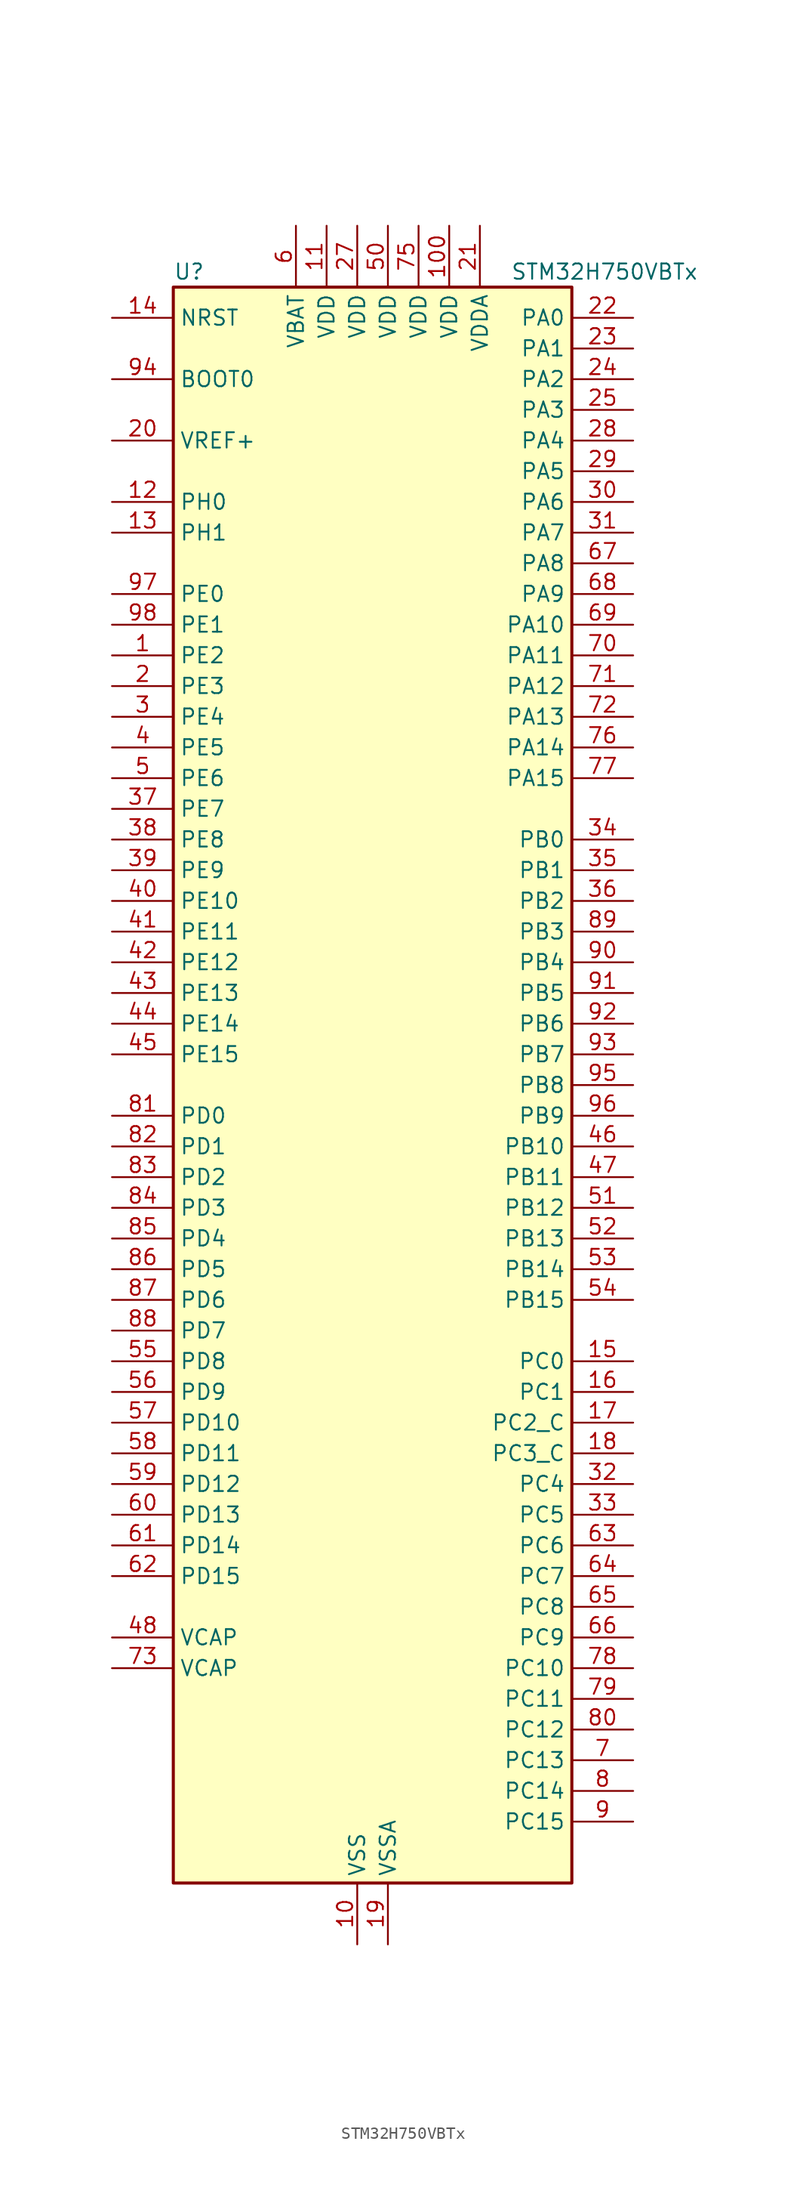
<source format=kicad_sym>
(kicad_symbol_lib
  (version 20231120)
  (generator "kicad_symbol_editor")
  (generator_version "8.0")
  (symbol "STM32H750VBTx"
    (property "Reference" "U"
      (at -15.24 67.31 0)
      (effects (font (size 1.27 1.27)) (justify left)))
    (property "Value" "STM32H750VBTx"
      (at 12.7 67.31 0)
      (effects (font (size 1.27 1.27)) (justify left)))
    (property "ki_locked" ""
      (at 0 0 0)
      (effects (font (size 1.27 1.27))))
    (symbol "STM32H750VBTx_0_1"
      (rectangle (start -15.24 -66.04) (end 17.78 66.04) (stroke (width 0.254) (type default)) (fill (type background))))
    (symbol "STM32H750VBTx_1_1"
      (pin bidirectional line (at -20.32 35.56 0) (length 5.08) (name "PE2" (effects (font (size 1.27 1.27)))) (number "1" (effects (font (size 1.27 1.27)))) (alternate "DEBUG_TRACECLK" bidirectional line) (alternate "ETH_TXD3" bidirectional line) (alternate "FMC_A23" bidirectional line) (alternate "QUADSPI_BK1_IO2" bidirectional line) (alternate "SAI1_CK1" bidirectional line) (alternate "SAI1_MCLK_A" bidirectional line) (alternate "SAI4_CK1" bidirectional line) (alternate "SAI4_MCLK_A" bidirectional line) (alternate "SPI4_SCK" bidirectional line))
      (pin power_in line (at 0 -71.12 90) (length 5.08) (name "VSS" (effects (font (size 1.27 1.27)))) (number "10" (effects (font (size 1.27 1.27)))))
      (pin power_in line (at 7.62 71.12 270) (length 5.08) (name "VDD" (effects (font (size 1.27 1.27)))) (number "100" (effects (font (size 1.27 1.27)))))
      (pin power_in line (at -2.54 71.12 270) (length 5.08) (name "VDD" (effects (font (size 1.27 1.27)))) (number "11" (effects (font (size 1.27 1.27)))))
      (pin bidirectional line (at -20.32 48.26 0) (length 5.08) (name "PH0" (effects (font (size 1.27 1.27)))) (number "12" (effects (font (size 1.27 1.27)))) (alternate "RCC_OSC_IN" bidirectional line))
      (pin bidirectional line (at -20.32 45.72 0) (length 5.08) (name "PH1" (effects (font (size 1.27 1.27)))) (number "13" (effects (font (size 1.27 1.27)))) (alternate "RCC_OSC_OUT" bidirectional line))
      (pin input line (at -20.32 63.5 0) (length 5.08) (name "NRST" (effects (font (size 1.27 1.27)))) (number "14" (effects (font (size 1.27 1.27)))))
      (pin bidirectional line (at 22.86 -22.86 180) (length 5.08) (name "PC0" (effects (font (size 1.27 1.27)))) (number "15" (effects (font (size 1.27 1.27)))) (alternate "ADC1_INP10" bidirectional line) (alternate "ADC2_INP10" bidirectional line) (alternate "ADC3_INP10" bidirectional line) (alternate "DFSDM1_CKIN0" bidirectional line) (alternate "DFSDM1_DATIN4" bidirectional line) (alternate "FMC_SDNWE" bidirectional line) (alternate "LTDC_R5" bidirectional line) (alternate "SAI2_FS_B" bidirectional line) (alternate "USB_OTG_HS_ULPI_STP" bidirectional line))
      (pin bidirectional line (at 22.86 -25.4 180) (length 5.08) (name "PC1" (effects (font (size 1.27 1.27)))) (number "16" (effects (font (size 1.27 1.27)))) (alternate "ADC1_INN10" bidirectional line) (alternate "ADC1_INP11" bidirectional line) (alternate "ADC2_INN10" bidirectional line) (alternate "ADC2_INP11" bidirectional line) (alternate "ADC3_INN10" bidirectional line) (alternate "ADC3_INP11" bidirectional line) (alternate "DEBUG_TRACED0" bidirectional line) (alternate "DFSDM1_CKIN4" bidirectional line) (alternate "DFSDM1_DATIN0" bidirectional line) (alternate "ETH_MDC" bidirectional line) (alternate "I2S2_SDO" bidirectional line) (alternate "MDIOS_MDC" bidirectional line) (alternate "PWR_WKUP6" bidirectional line) (alternate "RTC_TAMP3" bidirectional line) (alternate "SAI1_D1" bidirectional line) (alternate "SAI1_SD_A" bidirectional line) (alternate "SAI4_D1" bidirectional line) (alternate "SAI4_SD_A" bidirectional line) (alternate "SDMMC2_CK" bidirectional line) (alternate "SPI2_MOSI" bidirectional line))
      (pin bidirectional line (at 22.86 -27.94 180) (length 5.08) (name "PC2_C" (effects (font (size 1.27 1.27)))) (number "17" (effects (font (size 1.27 1.27)))) (alternate "ADC3_INN1" bidirectional line) (alternate "ADC3_INP0" bidirectional line) (alternate "DFSDM1_CKIN1" bidirectional line) (alternate "DFSDM1_CKOUT" bidirectional line) (alternate "ETH_TXD2" bidirectional line) (alternate "FMC_SDNE0" bidirectional line) (alternate "I2S2_SDI" bidirectional line) (alternate "PWR_CSTOP" bidirectional line) (alternate "SPI2_MISO" bidirectional line) (alternate "USB_OTG_HS_ULPI_DIR" bidirectional line))
      (pin bidirectional line (at 22.86 -30.48 180) (length 5.08) (name "PC3_C" (effects (font (size 1.27 1.27)))) (number "18" (effects (font (size 1.27 1.27)))) (alternate "ADC3_INP1" bidirectional line) (alternate "DFSDM1_DATIN1" bidirectional line) (alternate "ETH_TX_CLK" bidirectional line) (alternate "FMC_SDCKE0" bidirectional line) (alternate "I2S2_SDO" bidirectional line) (alternate "PWR_CSLEEP" bidirectional line) (alternate "SPI2_MOSI" bidirectional line) (alternate "USB_OTG_HS_ULPI_NXT" bidirectional line))
      (pin power_in line (at 2.54 -71.12 90) (length 5.08) (name "VSSA" (effects (font (size 1.27 1.27)))) (number "19" (effects (font (size 1.27 1.27)))))
      (pin bidirectional line (at -20.32 33.02 0) (length 5.08) (name "PE3" (effects (font (size 1.27 1.27)))) (number "2" (effects (font (size 1.27 1.27)))) (alternate "DEBUG_TRACED0" bidirectional line) (alternate "FMC_A19" bidirectional line) (alternate "SAI1_SD_B" bidirectional line) (alternate "SAI4_SD_B" bidirectional line) (alternate "TIM15_BKIN" bidirectional line))
      (pin input line (at -20.32 53.34 0) (length 5.08) (name "VREF+" (effects (font (size 1.27 1.27)))) (number "20" (effects (font (size 1.27 1.27)))) (alternate "VREFBUF_OUT" bidirectional line))
      (pin power_in line (at 10.16 71.12 270) (length 5.08) (name "VDDA" (effects (font (size 1.27 1.27)))) (number "21" (effects (font (size 1.27 1.27)))))
      (pin bidirectional line (at 22.86 63.5 180) (length 5.08) (name "PA0" (effects (font (size 1.27 1.27)))) (number "22" (effects (font (size 1.27 1.27)))) (alternate "ADC1_INP16" bidirectional line) (alternate "ETH_CRS" bidirectional line) (alternate "PWR_WKUP1" bidirectional line) (alternate "SAI2_SD_B" bidirectional line) (alternate "SDMMC2_CMD" bidirectional line) (alternate "TIM15_BKIN" bidirectional line) (alternate "TIM2_CH1" bidirectional line) (alternate "TIM2_ETR" bidirectional line) (alternate "TIM5_CH1" bidirectional line) (alternate "TIM8_ETR" bidirectional line) (alternate "UART4_TX" bidirectional line) (alternate "USART2_CTS" bidirectional line) (alternate "USART2_NSS" bidirectional line))
      (pin bidirectional line (at 22.86 60.96 180) (length 5.08) (name "PA1" (effects (font (size 1.27 1.27)))) (number "23" (effects (font (size 1.27 1.27)))) (alternate "ADC1_INN16" bidirectional line) (alternate "ADC1_INP17" bidirectional line) (alternate "ETH_REF_CLK" bidirectional line) (alternate "ETH_RX_CLK" bidirectional line) (alternate "LPTIM3_OUT" bidirectional line) (alternate "LTDC_R2" bidirectional line) (alternate "QUADSPI_BK1_IO3" bidirectional line) (alternate "SAI2_MCLK_B" bidirectional line) (alternate "TIM15_CH1N" bidirectional line) (alternate "TIM2_CH2" bidirectional line) (alternate "TIM5_CH2" bidirectional line) (alternate "UART4_RX" bidirectional line) (alternate "USART2_DE" bidirectional line) (alternate "USART2_RTS" bidirectional line))
      (pin bidirectional line (at 22.86 58.42 180) (length 5.08) (name "PA2" (effects (font (size 1.27 1.27)))) (number "24" (effects (font (size 1.27 1.27)))) (alternate "ADC1_INP14" bidirectional line) (alternate "ADC2_INP14" bidirectional line) (alternate "ETH_MDIO" bidirectional line) (alternate "LPTIM4_OUT" bidirectional line) (alternate "LTDC_R1" bidirectional line) (alternate "MDIOS_MDIO" bidirectional line) (alternate "PWR_WKUP2" bidirectional line) (alternate "SAI2_SCK_B" bidirectional line) (alternate "TIM15_CH1" bidirectional line) (alternate "TIM2_CH3" bidirectional line) (alternate "TIM5_CH3" bidirectional line) (alternate "USART2_TX" bidirectional line))
      (pin bidirectional line (at 22.86 55.88 180) (length 5.08) (name "PA3" (effects (font (size 1.27 1.27)))) (number "25" (effects (font (size 1.27 1.27)))) (alternate "ADC1_INP15" bidirectional line) (alternate "ADC2_INP15" bidirectional line) (alternate "ETH_COL" bidirectional line) (alternate "LPTIM5_OUT" bidirectional line) (alternate "LTDC_B2" bidirectional line) (alternate "LTDC_B5" bidirectional line) (alternate "TIM15_CH2" bidirectional line) (alternate "TIM2_CH4" bidirectional line) (alternate "TIM5_CH4" bidirectional line) (alternate "USART2_RX" bidirectional line) (alternate "USB_OTG_HS_ULPI_D0" bidirectional line))
      (pin passive line (at 0 -71.12 90) (length 5.08) hide (name "VSS" (effects (font (size 1.27 1.27)))) (number "26" (effects (font (size 1.27 1.27)))))
      (pin power_in line (at 0 71.12 270) (length 5.08) (name "VDD" (effects (font (size 1.27 1.27)))) (number "27" (effects (font (size 1.27 1.27)))))
      (pin bidirectional line (at 22.86 53.34 180) (length 5.08) (name "PA4" (effects (font (size 1.27 1.27)))) (number "28" (effects (font (size 1.27 1.27)))) (alternate "ADC1_INP18" bidirectional line) (alternate "ADC2_INP18" bidirectional line) (alternate "DAC1_OUT1" bidirectional line) (alternate "DCMI_HSYNC" bidirectional line) (alternate "I2S1_WS" bidirectional line) (alternate "I2S3_WS" bidirectional line) (alternate "LTDC_VSYNC" bidirectional line) (alternate "SPI1_NSS" bidirectional line) (alternate "SPI3_NSS" bidirectional line) (alternate "SPI6_NSS" bidirectional line) (alternate "TIM5_ETR" bidirectional line) (alternate "USART2_CK" bidirectional line) (alternate "USB_OTG_HS_SOF" bidirectional line))
      (pin bidirectional line (at 22.86 50.8 180) (length 5.08) (name "PA5" (effects (font (size 1.27 1.27)))) (number "29" (effects (font (size 1.27 1.27)))) (alternate "ADC1_INN18" bidirectional line) (alternate "ADC1_INP19" bidirectional line) (alternate "ADC2_INN18" bidirectional line) (alternate "ADC2_INP19" bidirectional line) (alternate "DAC1_OUT2" bidirectional line) (alternate "I2S1_CK" bidirectional line) (alternate "LTDC_R4" bidirectional line) (alternate "PWR_NDSTOP2" bidirectional line) (alternate "SPI1_SCK" bidirectional line) (alternate "SPI6_SCK" bidirectional line) (alternate "TIM2_CH1" bidirectional line) (alternate "TIM2_ETR" bidirectional line) (alternate "TIM8_CH1N" bidirectional line) (alternate "USB_OTG_HS_ULPI_CK" bidirectional line))
      (pin bidirectional line (at -20.32 30.48 0) (length 5.08) (name "PE4" (effects (font (size 1.27 1.27)))) (number "3" (effects (font (size 1.27 1.27)))) (alternate "DCMI_D4" bidirectional line) (alternate "DEBUG_TRACED1" bidirectional line) (alternate "DFSDM1_DATIN3" bidirectional line) (alternate "FMC_A20" bidirectional line) (alternate "LTDC_B0" bidirectional line) (alternate "SAI1_D2" bidirectional line) (alternate "SAI1_FS_A" bidirectional line) (alternate "SAI4_D2" bidirectional line) (alternate "SAI4_FS_A" bidirectional line) (alternate "SPI4_NSS" bidirectional line) (alternate "TIM15_CH1N" bidirectional line))
      (pin bidirectional line (at 22.86 48.26 180) (length 5.08) (name "PA6" (effects (font (size 1.27 1.27)))) (number "30" (effects (font (size 1.27 1.27)))) (alternate "ADC1_INP3" bidirectional line) (alternate "ADC2_INP3" bidirectional line) (alternate "DCMI_PIXCLK" bidirectional line) (alternate "I2S1_SDI" bidirectional line) (alternate "LTDC_G2" bidirectional line) (alternate "MDIOS_MDC" bidirectional line) (alternate "SPI1_MISO" bidirectional line) (alternate "SPI6_MISO" bidirectional line) (alternate "TIM13_CH1" bidirectional line) (alternate "TIM1_BKIN" bidirectional line) (alternate "TIM1_BKIN_COMP1" bidirectional line) (alternate "TIM1_BKIN_COMP2" bidirectional line) (alternate "TIM3_CH1" bidirectional line) (alternate "TIM8_BKIN" bidirectional line) (alternate "TIM8_BKIN_COMP1" bidirectional line) (alternate "TIM8_BKIN_COMP2" bidirectional line))
      (pin bidirectional line (at 22.86 45.72 180) (length 5.08) (name "PA7" (effects (font (size 1.27 1.27)))) (number "31" (effects (font (size 1.27 1.27)))) (alternate "ADC1_INN3" bidirectional line) (alternate "ADC1_INP7" bidirectional line) (alternate "ADC2_INN3" bidirectional line) (alternate "ADC2_INP7" bidirectional line) (alternate "ETH_CRS_DV" bidirectional line) (alternate "ETH_RX_DV" bidirectional line) (alternate "FMC_SDNWE" bidirectional line) (alternate "I2S1_SDO" bidirectional line) (alternate "OPAMP1_VINM" bidirectional line) (alternate "OPAMP1_VINM1" bidirectional line) (alternate "SPI1_MOSI" bidirectional line) (alternate "SPI6_MOSI" bidirectional line) (alternate "TIM14_CH1" bidirectional line) (alternate "TIM1_CH1N" bidirectional line) (alternate "TIM3_CH2" bidirectional line) (alternate "TIM8_CH1N" bidirectional line))
      (pin bidirectional line (at 22.86 -33.02 180) (length 5.08) (name "PC4" (effects (font (size 1.27 1.27)))) (number "32" (effects (font (size 1.27 1.27)))) (alternate "ADC1_INP4" bidirectional line) (alternate "ADC2_INP4" bidirectional line) (alternate "COMP1_INM" bidirectional line) (alternate "DFSDM1_CKIN2" bidirectional line) (alternate "ETH_RXD0" bidirectional line) (alternate "FMC_SDNE0" bidirectional line) (alternate "I2S1_MCK" bidirectional line) (alternate "OPAMP1_VOUT" bidirectional line) (alternate "SPDIFRX1_IN2" bidirectional line))
      (pin bidirectional line (at 22.86 -35.56 180) (length 5.08) (name "PC5" (effects (font (size 1.27 1.27)))) (number "33" (effects (font (size 1.27 1.27)))) (alternate "ADC1_INN4" bidirectional line) (alternate "ADC1_INP8" bidirectional line) (alternate "ADC2_INN4" bidirectional line) (alternate "ADC2_INP8" bidirectional line) (alternate "COMP1_OUT" bidirectional line) (alternate "DFSDM1_DATIN2" bidirectional line) (alternate "ETH_RXD1" bidirectional line) (alternate "FMC_SDCKE0" bidirectional line) (alternate "OPAMP1_VINM" bidirectional line) (alternate "OPAMP1_VINM0" bidirectional line) (alternate "SAI1_D3" bidirectional line) (alternate "SAI4_D3" bidirectional line) (alternate "SPDIFRX1_IN3" bidirectional line))
      (pin bidirectional line (at 22.86 20.32 180) (length 5.08) (name "PB0" (effects (font (size 1.27 1.27)))) (number "34" (effects (font (size 1.27 1.27)))) (alternate "ADC1_INN5" bidirectional line) (alternate "ADC1_INP9" bidirectional line) (alternate "ADC2_INN5" bidirectional line) (alternate "ADC2_INP9" bidirectional line) (alternate "COMP1_INP" bidirectional line) (alternate "DFSDM1_CKOUT" bidirectional line) (alternate "ETH_RXD2" bidirectional line) (alternate "LTDC_G1" bidirectional line) (alternate "LTDC_R3" bidirectional line) (alternate "OPAMP1_VINP" bidirectional line) (alternate "TIM1_CH2N" bidirectional line) (alternate "TIM3_CH3" bidirectional line) (alternate "TIM8_CH2N" bidirectional line) (alternate "UART4_CTS" bidirectional line) (alternate "USB_OTG_HS_ULPI_D1" bidirectional line))
      (pin bidirectional line (at 22.86 17.78 180) (length 5.08) (name "PB1" (effects (font (size 1.27 1.27)))) (number "35" (effects (font (size 1.27 1.27)))) (alternate "ADC1_INP5" bidirectional line) (alternate "ADC2_INP5" bidirectional line) (alternate "COMP1_INM" bidirectional line) (alternate "DFSDM1_DATIN1" bidirectional line) (alternate "ETH_RXD3" bidirectional line) (alternate "LTDC_G0" bidirectional line) (alternate "LTDC_R6" bidirectional line) (alternate "TIM1_CH3N" bidirectional line) (alternate "TIM3_CH4" bidirectional line) (alternate "TIM8_CH3N" bidirectional line) (alternate "USB_OTG_HS_ULPI_D2" bidirectional line))
      (pin bidirectional line (at 22.86 15.24 180) (length 5.08) (name "PB2" (effects (font (size 1.27 1.27)))) (number "36" (effects (font (size 1.27 1.27)))) (alternate "COMP1_INP" bidirectional line) (alternate "DFSDM1_CKIN1" bidirectional line) (alternate "I2S3_SDO" bidirectional line) (alternate "QUADSPI_CLK" bidirectional line) (alternate "RTC_OUT_ALARM" bidirectional line) (alternate "RTC_OUT_CALIB" bidirectional line) (alternate "SAI1_D1" bidirectional line) (alternate "SAI1_SD_A" bidirectional line) (alternate "SAI4_D1" bidirectional line) (alternate "SAI4_SD_A" bidirectional line) (alternate "SPI3_MOSI" bidirectional line))
      (pin bidirectional line (at -20.32 22.86 0) (length 5.08) (name "PE7" (effects (font (size 1.27 1.27)))) (number "37" (effects (font (size 1.27 1.27)))) (alternate "COMP2_INM" bidirectional line) (alternate "DFSDM1_DATIN2" bidirectional line) (alternate "FMC_D4" bidirectional line) (alternate "FMC_DA4" bidirectional line) (alternate "OPAMP2_VOUT" bidirectional line) (alternate "QUADSPI_BK2_IO0" bidirectional line) (alternate "TIM1_ETR" bidirectional line) (alternate "UART7_RX" bidirectional line))
      (pin bidirectional line (at -20.32 20.32 0) (length 5.08) (name "PE8" (effects (font (size 1.27 1.27)))) (number "38" (effects (font (size 1.27 1.27)))) (alternate "COMP2_OUT" bidirectional line) (alternate "DFSDM1_CKIN2" bidirectional line) (alternate "FMC_D5" bidirectional line) (alternate "FMC_DA5" bidirectional line) (alternate "OPAMP2_VINM" bidirectional line) (alternate "OPAMP2_VINM0" bidirectional line) (alternate "QUADSPI_BK2_IO1" bidirectional line) (alternate "TIM1_CH1N" bidirectional line) (alternate "UART7_TX" bidirectional line))
      (pin bidirectional line (at -20.32 17.78 0) (length 5.08) (name "PE9" (effects (font (size 1.27 1.27)))) (number "39" (effects (font (size 1.27 1.27)))) (alternate "COMP2_INP" bidirectional line) (alternate "DAC1_EXTI9" bidirectional line) (alternate "DFSDM1_CKOUT" bidirectional line) (alternate "FMC_D6" bidirectional line) (alternate "FMC_DA6" bidirectional line) (alternate "OPAMP2_VINP" bidirectional line) (alternate "QUADSPI_BK2_IO2" bidirectional line) (alternate "TIM1_CH1" bidirectional line) (alternate "UART7_DE" bidirectional line) (alternate "UART7_RTS" bidirectional line))
      (pin bidirectional line (at -20.32 27.94 0) (length 5.08) (name "PE5" (effects (font (size 1.27 1.27)))) (number "4" (effects (font (size 1.27 1.27)))) (alternate "DCMI_D6" bidirectional line) (alternate "DEBUG_TRACED2" bidirectional line) (alternate "DFSDM1_CKIN3" bidirectional line) (alternate "FMC_A21" bidirectional line) (alternate "LTDC_G0" bidirectional line) (alternate "SAI1_CK2" bidirectional line) (alternate "SAI1_SCK_A" bidirectional line) (alternate "SAI4_CK2" bidirectional line) (alternate "SAI4_SCK_A" bidirectional line) (alternate "SPI4_MISO" bidirectional line) (alternate "TIM15_CH1" bidirectional line))
      (pin bidirectional line (at -20.32 15.24 0) (length 5.08) (name "PE10" (effects (font (size 1.27 1.27)))) (number "40" (effects (font (size 1.27 1.27)))) (alternate "COMP2_INM" bidirectional line) (alternate "DFSDM1_DATIN4" bidirectional line) (alternate "FMC_D7" bidirectional line) (alternate "FMC_DA7" bidirectional line) (alternate "QUADSPI_BK2_IO3" bidirectional line) (alternate "TIM1_CH2N" bidirectional line) (alternate "UART7_CTS" bidirectional line))
      (pin bidirectional line (at -20.32 12.7 0) (length 5.08) (name "PE11" (effects (font (size 1.27 1.27)))) (number "41" (effects (font (size 1.27 1.27)))) (alternate "ADC1_EXTI11" bidirectional line) (alternate "ADC2_EXTI11" bidirectional line) (alternate "ADC3_EXTI11" bidirectional line) (alternate "COMP2_INP" bidirectional line) (alternate "DFSDM1_CKIN4" bidirectional line) (alternate "FMC_D8" bidirectional line) (alternate "FMC_DA8" bidirectional line) (alternate "LTDC_G3" bidirectional line) (alternate "SAI2_SD_B" bidirectional line) (alternate "SPI4_NSS" bidirectional line) (alternate "TIM1_CH2" bidirectional line))
      (pin bidirectional line (at -20.32 10.16 0) (length 5.08) (name "PE12" (effects (font (size 1.27 1.27)))) (number "42" (effects (font (size 1.27 1.27)))) (alternate "COMP1_OUT" bidirectional line) (alternate "DFSDM1_DATIN5" bidirectional line) (alternate "FMC_D9" bidirectional line) (alternate "FMC_DA9" bidirectional line) (alternate "LTDC_B4" bidirectional line) (alternate "SAI2_SCK_B" bidirectional line) (alternate "SPI4_SCK" bidirectional line) (alternate "TIM1_CH3N" bidirectional line))
      (pin bidirectional line (at -20.32 7.62 0) (length 5.08) (name "PE13" (effects (font (size 1.27 1.27)))) (number "43" (effects (font (size 1.27 1.27)))) (alternate "COMP2_OUT" bidirectional line) (alternate "DFSDM1_CKIN5" bidirectional line) (alternate "FMC_D10" bidirectional line) (alternate "FMC_DA10" bidirectional line) (alternate "LTDC_DE" bidirectional line) (alternate "SAI2_FS_B" bidirectional line) (alternate "SPI4_MISO" bidirectional line) (alternate "TIM1_CH3" bidirectional line))
      (pin bidirectional line (at -20.32 5.08 0) (length 5.08) (name "PE14" (effects (font (size 1.27 1.27)))) (number "44" (effects (font (size 1.27 1.27)))) (alternate "FMC_D11" bidirectional line) (alternate "FMC_DA11" bidirectional line) (alternate "LTDC_CLK" bidirectional line) (alternate "SAI2_MCLK_B" bidirectional line) (alternate "SPI4_MOSI" bidirectional line) (alternate "TIM1_CH4" bidirectional line))
      (pin bidirectional line (at -20.32 2.54 0) (length 5.08) (name "PE15" (effects (font (size 1.27 1.27)))) (number "45" (effects (font (size 1.27 1.27)))) (alternate "ADC1_EXTI15" bidirectional line) (alternate "ADC2_EXTI15" bidirectional line) (alternate "ADC3_EXTI15" bidirectional line) (alternate "FMC_D12" bidirectional line) (alternate "FMC_DA12" bidirectional line) (alternate "LTDC_R7" bidirectional line) (alternate "TIM1_BKIN" bidirectional line) (alternate "TIM1_BKIN_COMP1" bidirectional line) (alternate "TIM1_BKIN_COMP2" bidirectional line))
      (pin bidirectional line (at 22.86 -5.08 180) (length 5.08) (name "PB10" (effects (font (size 1.27 1.27)))) (number "46" (effects (font (size 1.27 1.27)))) (alternate "DFSDM1_DATIN7" bidirectional line) (alternate "ETH_RX_ER" bidirectional line) (alternate "HRTIM_SCOUT" bidirectional line) (alternate "I2C2_SCL" bidirectional line) (alternate "I2S2_CK" bidirectional line) (alternate "LPTIM2_IN1" bidirectional line) (alternate "LTDC_G4" bidirectional line) (alternate "QUADSPI_BK1_NCS" bidirectional line) (alternate "SPI2_SCK" bidirectional line) (alternate "TIM2_CH3" bidirectional line) (alternate "USART3_TX" bidirectional line) (alternate "USB_OTG_HS_ULPI_D3" bidirectional line))
      (pin bidirectional line (at 22.86 -7.62 180) (length 5.08) (name "PB11" (effects (font (size 1.27 1.27)))) (number "47" (effects (font (size 1.27 1.27)))) (alternate "ADC1_EXTI11" bidirectional line) (alternate "ADC2_EXTI11" bidirectional line) (alternate "ADC3_EXTI11" bidirectional line) (alternate "DFSDM1_CKIN7" bidirectional line) (alternate "ETH_TX_EN" bidirectional line) (alternate "HRTIM_SCIN" bidirectional line) (alternate "I2C2_SDA" bidirectional line) (alternate "LPTIM2_ETR" bidirectional line) (alternate "LTDC_G5" bidirectional line) (alternate "TIM2_CH4" bidirectional line) (alternate "USART3_RX" bidirectional line) (alternate "USB_OTG_HS_ULPI_D4" bidirectional line))
      (pin power_out line (at -20.32 -45.72 0) (length 5.08) (name "VCAP" (effects (font (size 1.27 1.27)))) (number "48" (effects (font (size 1.27 1.27)))))
      (pin passive line (at 0 -71.12 90) (length 5.08) hide (name "VSS" (effects (font (size 1.27 1.27)))) (number "49" (effects (font (size 1.27 1.27)))))
      (pin bidirectional line (at -20.32 25.4 0) (length 5.08) (name "PE6" (effects (font (size 1.27 1.27)))) (number "5" (effects (font (size 1.27 1.27)))) (alternate "DCMI_D7" bidirectional line) (alternate "DEBUG_TRACED3" bidirectional line) (alternate "FMC_A22" bidirectional line) (alternate "LTDC_G1" bidirectional line) (alternate "SAI1_D1" bidirectional line) (alternate "SAI1_SD_A" bidirectional line) (alternate "SAI2_MCLK_B" bidirectional line) (alternate "SAI4_D1" bidirectional line) (alternate "SAI4_SD_A" bidirectional line) (alternate "SPI4_MOSI" bidirectional line) (alternate "TIM15_CH2" bidirectional line) (alternate "TIM1_BKIN2" bidirectional line) (alternate "TIM1_BKIN2_COMP1" bidirectional line) (alternate "TIM1_BKIN2_COMP2" bidirectional line))
      (pin power_in line (at 2.54 71.12 270) (length 5.08) (name "VDD" (effects (font (size 1.27 1.27)))) (number "50" (effects (font (size 1.27 1.27)))))
      (pin bidirectional line (at 22.86 -10.16 180) (length 5.08) (name "PB12" (effects (font (size 1.27 1.27)))) (number "51" (effects (font (size 1.27 1.27)))) (alternate "DFSDM1_DATIN1" bidirectional line) (alternate "ETH_TXD0" bidirectional line) (alternate "FDCAN2_RX" bidirectional line) (alternate "I2C2_SMBA" bidirectional line) (alternate "I2S2_WS" bidirectional line) (alternate "SPI2_NSS" bidirectional line) (alternate "TIM1_BKIN" bidirectional line) (alternate "TIM1_BKIN_COMP1" bidirectional line) (alternate "TIM1_BKIN_COMP2" bidirectional line) (alternate "UART5_RX" bidirectional line) (alternate "USART3_CK" bidirectional line) (alternate "USB_OTG_HS_ID" bidirectional line) (alternate "USB_OTG_HS_ULPI_D5" bidirectional line))
      (pin bidirectional line (at 22.86 -12.7 180) (length 5.08) (name "PB13" (effects (font (size 1.27 1.27)))) (number "52" (effects (font (size 1.27 1.27)))) (alternate "DFSDM1_CKIN1" bidirectional line) (alternate "ETH_TXD1" bidirectional line) (alternate "FDCAN2_TX" bidirectional line) (alternate "I2S2_CK" bidirectional line) (alternate "LPTIM2_OUT" bidirectional line) (alternate "SPI2_SCK" bidirectional line) (alternate "TIM1_CH1N" bidirectional line) (alternate "UART5_TX" bidirectional line) (alternate "USART3_CTS" bidirectional line) (alternate "USART3_NSS" bidirectional line) (alternate "USB_OTG_HS_ULPI_D6" bidirectional line) (alternate "USB_OTG_HS_VBUS" bidirectional line))
      (pin bidirectional line (at 22.86 -15.24 180) (length 5.08) (name "PB14" (effects (font (size 1.27 1.27)))) (number "53" (effects (font (size 1.27 1.27)))) (alternate "DFSDM1_DATIN2" bidirectional line) (alternate "I2S2_SDI" bidirectional line) (alternate "SDMMC2_D0" bidirectional line) (alternate "SPI2_MISO" bidirectional line) (alternate "TIM12_CH1" bidirectional line) (alternate "TIM1_CH2N" bidirectional line) (alternate "TIM8_CH2N" bidirectional line) (alternate "UART4_DE" bidirectional line) (alternate "UART4_RTS" bidirectional line) (alternate "USART1_TX" bidirectional line) (alternate "USART3_DE" bidirectional line) (alternate "USART3_RTS" bidirectional line) (alternate "USB_OTG_HS_DM" bidirectional line))
      (pin bidirectional line (at 22.86 -17.78 180) (length 5.08) (name "PB15" (effects (font (size 1.27 1.27)))) (number "54" (effects (font (size 1.27 1.27)))) (alternate "ADC1_EXTI15" bidirectional line) (alternate "ADC2_EXTI15" bidirectional line) (alternate "ADC3_EXTI15" bidirectional line) (alternate "DFSDM1_CKIN2" bidirectional line) (alternate "I2S2_SDO" bidirectional line) (alternate "RTC_REFIN" bidirectional line) (alternate "SDMMC2_D1" bidirectional line) (alternate "SPI2_MOSI" bidirectional line) (alternate "TIM12_CH2" bidirectional line) (alternate "TIM1_CH3N" bidirectional line) (alternate "TIM8_CH3N" bidirectional line) (alternate "UART4_CTS" bidirectional line) (alternate "USART1_RX" bidirectional line) (alternate "USB_OTG_HS_DP" bidirectional line))
      (pin bidirectional line (at -20.32 -22.86 0) (length 5.08) (name "PD8" (effects (font (size 1.27 1.27)))) (number "55" (effects (font (size 1.27 1.27)))) (alternate "DFSDM1_CKIN3" bidirectional line) (alternate "FMC_D13" bidirectional line) (alternate "FMC_DA13" bidirectional line) (alternate "SAI3_SCK_B" bidirectional line) (alternate "SPDIFRX1_IN1" bidirectional line) (alternate "USART3_TX" bidirectional line))
      (pin bidirectional line (at -20.32 -25.4 0) (length 5.08) (name "PD9" (effects (font (size 1.27 1.27)))) (number "56" (effects (font (size 1.27 1.27)))) (alternate "DAC1_EXTI9" bidirectional line) (alternate "DFSDM1_DATIN3" bidirectional line) (alternate "FMC_D14" bidirectional line) (alternate "FMC_DA14" bidirectional line) (alternate "SAI3_SD_B" bidirectional line) (alternate "USART3_RX" bidirectional line))
      (pin bidirectional line (at -20.32 -27.94 0) (length 5.08) (name "PD10" (effects (font (size 1.27 1.27)))) (number "57" (effects (font (size 1.27 1.27)))) (alternate "DFSDM1_CKOUT" bidirectional line) (alternate "FMC_D15" bidirectional line) (alternate "FMC_DA15" bidirectional line) (alternate "LTDC_B3" bidirectional line) (alternate "SAI3_FS_B" bidirectional line) (alternate "USART3_CK" bidirectional line))
      (pin bidirectional line (at -20.32 -30.48 0) (length 5.08) (name "PD11" (effects (font (size 1.27 1.27)))) (number "58" (effects (font (size 1.27 1.27)))) (alternate "ADC1_EXTI11" bidirectional line) (alternate "ADC2_EXTI11" bidirectional line) (alternate "ADC3_EXTI11" bidirectional line) (alternate "FMC_A16" bidirectional line) (alternate "FMC_CLE" bidirectional line) (alternate "I2C4_SMBA" bidirectional line) (alternate "LPTIM2_IN2" bidirectional line) (alternate "QUADSPI_BK1_IO0" bidirectional line) (alternate "SAI2_SD_A" bidirectional line) (alternate "USART3_CTS" bidirectional line) (alternate "USART3_NSS" bidirectional line))
      (pin bidirectional line (at -20.32 -33.02 0) (length 5.08) (name "PD12" (effects (font (size 1.27 1.27)))) (number "59" (effects (font (size 1.27 1.27)))) (alternate "FMC_A17" bidirectional line) (alternate "FMC_ALE" bidirectional line) (alternate "I2C4_SCL" bidirectional line) (alternate "LPTIM1_IN1" bidirectional line) (alternate "LPTIM2_IN1" bidirectional line) (alternate "QUADSPI_BK1_IO1" bidirectional line) (alternate "SAI2_FS_A" bidirectional line) (alternate "TIM4_CH1" bidirectional line) (alternate "USART3_DE" bidirectional line) (alternate "USART3_RTS" bidirectional line))
      (pin power_in line (at -5.08 71.12 270) (length 5.08) (name "VBAT" (effects (font (size 1.27 1.27)))) (number "6" (effects (font (size 1.27 1.27)))))
      (pin bidirectional line (at -20.32 -35.56 0) (length 5.08) (name "PD13" (effects (font (size 1.27 1.27)))) (number "60" (effects (font (size 1.27 1.27)))) (alternate "FMC_A18" bidirectional line) (alternate "I2C4_SDA" bidirectional line) (alternate "LPTIM1_OUT" bidirectional line) (alternate "QUADSPI_BK1_IO3" bidirectional line) (alternate "SAI2_SCK_A" bidirectional line) (alternate "TIM4_CH2" bidirectional line))
      (pin bidirectional line (at -20.32 -38.1 0) (length 5.08) (name "PD14" (effects (font (size 1.27 1.27)))) (number "61" (effects (font (size 1.27 1.27)))) (alternate "FMC_D0" bidirectional line) (alternate "FMC_DA0" bidirectional line) (alternate "SAI3_MCLK_B" bidirectional line) (alternate "TIM4_CH3" bidirectional line) (alternate "UART8_CTS" bidirectional line))
      (pin bidirectional line (at -20.32 -40.64 0) (length 5.08) (name "PD15" (effects (font (size 1.27 1.27)))) (number "62" (effects (font (size 1.27 1.27)))) (alternate "ADC1_EXTI15" bidirectional line) (alternate "ADC2_EXTI15" bidirectional line) (alternate "ADC3_EXTI15" bidirectional line) (alternate "FMC_D1" bidirectional line) (alternate "FMC_DA1" bidirectional line) (alternate "SAI3_MCLK_A" bidirectional line) (alternate "TIM4_CH4" bidirectional line) (alternate "UART8_DE" bidirectional line) (alternate "UART8_RTS" bidirectional line))
      (pin bidirectional line (at 22.86 -38.1 180) (length 5.08) (name "PC6" (effects (font (size 1.27 1.27)))) (number "63" (effects (font (size 1.27 1.27)))) (alternate "DCMI_D0" bidirectional line) (alternate "DFSDM1_CKIN3" bidirectional line) (alternate "FMC_NWAIT" bidirectional line) (alternate "HRTIM_CHA1" bidirectional line) (alternate "I2S2_MCK" bidirectional line) (alternate "LTDC_HSYNC" bidirectional line) (alternate "SDMMC1_D0DIR" bidirectional line) (alternate "SDMMC1_D6" bidirectional line) (alternate "SDMMC2_D6" bidirectional line) (alternate "SWPMI1_IO" bidirectional line) (alternate "TIM3_CH1" bidirectional line) (alternate "TIM8_CH1" bidirectional line) (alternate "USART6_TX" bidirectional line))
      (pin bidirectional line (at 22.86 -40.64 180) (length 5.08) (name "PC7" (effects (font (size 1.27 1.27)))) (number "64" (effects (font (size 1.27 1.27)))) (alternate "DCMI_D1" bidirectional line) (alternate "DEBUG_TRGIO" bidirectional line) (alternate "DFSDM1_DATIN3" bidirectional line) (alternate "FMC_NE1" bidirectional line) (alternate "HRTIM_CHA2" bidirectional line) (alternate "I2S3_MCK" bidirectional line) (alternate "LTDC_G6" bidirectional line) (alternate "SDMMC1_D123DIR" bidirectional line) (alternate "SDMMC1_D7" bidirectional line) (alternate "SDMMC2_D7" bidirectional line) (alternate "SWPMI1_TX" bidirectional line) (alternate "TIM3_CH2" bidirectional line) (alternate "TIM8_CH2" bidirectional line) (alternate "USART6_RX" bidirectional line))
      (pin bidirectional line (at 22.86 -43.18 180) (length 5.08) (name "PC8" (effects (font (size 1.27 1.27)))) (number "65" (effects (font (size 1.27 1.27)))) (alternate "DCMI_D2" bidirectional line) (alternate "DEBUG_TRACED1" bidirectional line) (alternate "FMC_NCE" bidirectional line) (alternate "FMC_NE2" bidirectional line) (alternate "HRTIM_CHB1" bidirectional line) (alternate "SDMMC1_D0" bidirectional line) (alternate "SWPMI1_RX" bidirectional line) (alternate "TIM3_CH3" bidirectional line) (alternate "TIM8_CH3" bidirectional line) (alternate "UART5_DE" bidirectional line) (alternate "UART5_RTS" bidirectional line) (alternate "USART6_CK" bidirectional line))
      (pin bidirectional line (at 22.86 -45.72 180) (length 5.08) (name "PC9" (effects (font (size 1.27 1.27)))) (number "66" (effects (font (size 1.27 1.27)))) (alternate "DAC1_EXTI9" bidirectional line) (alternate "DCMI_D3" bidirectional line) (alternate "I2C3_SDA" bidirectional line) (alternate "I2S_CKIN" bidirectional line) (alternate "LTDC_B2" bidirectional line) (alternate "LTDC_G3" bidirectional line) (alternate "QUADSPI_BK1_IO0" bidirectional line) (alternate "RCC_MCO_2" bidirectional line) (alternate "SDMMC1_D1" bidirectional line) (alternate "SWPMI1_SUSPEND" bidirectional line) (alternate "TIM3_CH4" bidirectional line) (alternate "TIM8_CH4" bidirectional line) (alternate "UART5_CTS" bidirectional line))
      (pin bidirectional line (at 22.86 43.18 180) (length 5.08) (name "PA8" (effects (font (size 1.27 1.27)))) (number "67" (effects (font (size 1.27 1.27)))) (alternate "HRTIM_CHB2" bidirectional line) (alternate "I2C3_SCL" bidirectional line) (alternate "LTDC_B3" bidirectional line) (alternate "LTDC_R6" bidirectional line) (alternate "RCC_MCO_1" bidirectional line) (alternate "TIM1_CH1" bidirectional line) (alternate "TIM8_BKIN2" bidirectional line) (alternate "TIM8_BKIN2_COMP1" bidirectional line) (alternate "TIM8_BKIN2_COMP2" bidirectional line) (alternate "UART7_RX" bidirectional line) (alternate "USART1_CK" bidirectional line) (alternate "USB_OTG_FS_SOF" bidirectional line))
      (pin bidirectional line (at 22.86 40.64 180) (length 5.08) (name "PA9" (effects (font (size 1.27 1.27)))) (number "68" (effects (font (size 1.27 1.27)))) (alternate "DAC1_EXTI9" bidirectional line) (alternate "DCMI_D0" bidirectional line) (alternate "HRTIM_CHC1" bidirectional line) (alternate "I2C3_SMBA" bidirectional line) (alternate "I2S2_CK" bidirectional line) (alternate "LPUART1_TX" bidirectional line) (alternate "LTDC_R5" bidirectional line) (alternate "SPI2_SCK" bidirectional line) (alternate "TIM1_CH2" bidirectional line) (alternate "USART1_TX" bidirectional line) (alternate "USB_OTG_FS_VBUS" bidirectional line))
      (pin bidirectional line (at 22.86 38.1 180) (length 5.08) (name "PA10" (effects (font (size 1.27 1.27)))) (number "69" (effects (font (size 1.27 1.27)))) (alternate "DCMI_D1" bidirectional line) (alternate "HRTIM_CHC2" bidirectional line) (alternate "LPUART1_RX" bidirectional line) (alternate "LTDC_B1" bidirectional line) (alternate "LTDC_B4" bidirectional line) (alternate "MDIOS_MDIO" bidirectional line) (alternate "TIM1_CH3" bidirectional line) (alternate "USART1_RX" bidirectional line) (alternate "USB_OTG_FS_ID" bidirectional line))
      (pin bidirectional line (at 22.86 -55.88 180) (length 5.08) (name "PC13" (effects (font (size 1.27 1.27)))) (number "7" (effects (font (size 1.27 1.27)))) (alternate "PWR_WKUP4" bidirectional line) (alternate "RTC_OUT_ALARM" bidirectional line) (alternate "RTC_OUT_CALIB" bidirectional line) (alternate "RTC_TAMP1" bidirectional line) (alternate "RTC_TS" bidirectional line))
      (pin bidirectional line (at 22.86 35.56 180) (length 5.08) (name "PA11" (effects (font (size 1.27 1.27)))) (number "70" (effects (font (size 1.27 1.27)))) (alternate "ADC1_EXTI11" bidirectional line) (alternate "ADC2_EXTI11" bidirectional line) (alternate "ADC3_EXTI11" bidirectional line) (alternate "FDCAN1_RX" bidirectional line) (alternate "HRTIM_CHD1" bidirectional line) (alternate "I2S2_WS" bidirectional line) (alternate "LPUART1_CTS" bidirectional line) (alternate "LTDC_R4" bidirectional line) (alternate "SPI2_NSS" bidirectional line) (alternate "TIM1_CH4" bidirectional line) (alternate "UART4_RX" bidirectional line) (alternate "USART1_CTS" bidirectional line) (alternate "USART1_NSS" bidirectional line) (alternate "USB_OTG_FS_DM" bidirectional line))
      (pin bidirectional line (at 22.86 33.02 180) (length 5.08) (name "PA12" (effects (font (size 1.27 1.27)))) (number "71" (effects (font (size 1.27 1.27)))) (alternate "FDCAN1_TX" bidirectional line) (alternate "HRTIM_CHD2" bidirectional line) (alternate "I2S2_CK" bidirectional line) (alternate "LPUART1_DE" bidirectional line) (alternate "LPUART1_RTS" bidirectional line) (alternate "LTDC_R5" bidirectional line) (alternate "SAI2_FS_B" bidirectional line) (alternate "SPI2_SCK" bidirectional line) (alternate "TIM1_ETR" bidirectional line) (alternate "UART4_TX" bidirectional line) (alternate "USART1_DE" bidirectional line) (alternate "USART1_RTS" bidirectional line) (alternate "USB_OTG_FS_DP" bidirectional line))
      (pin bidirectional line (at 22.86 30.48 180) (length 5.08) (name "PA13" (effects (font (size 1.27 1.27)))) (number "72" (effects (font (size 1.27 1.27)))) (alternate "DEBUG_JTMS-SWDIO" bidirectional line))
      (pin power_out line (at -20.32 -48.26 0) (length 5.08) (name "VCAP" (effects (font (size 1.27 1.27)))) (number "73" (effects (font (size 1.27 1.27)))))
      (pin passive line (at 0 -71.12 90) (length 5.08) hide (name "VSS" (effects (font (size 1.27 1.27)))) (number "74" (effects (font (size 1.27 1.27)))))
      (pin power_in line (at 5.08 71.12 270) (length 5.08) (name "VDD" (effects (font (size 1.27 1.27)))) (number "75" (effects (font (size 1.27 1.27)))))
      (pin bidirectional line (at 22.86 27.94 180) (length 5.08) (name "PA14" (effects (font (size 1.27 1.27)))) (number "76" (effects (font (size 1.27 1.27)))) (alternate "DEBUG_JTCK-SWCLK" bidirectional line))
      (pin bidirectional line (at 22.86 25.4 180) (length 5.08) (name "PA15" (effects (font (size 1.27 1.27)))) (number "77" (effects (font (size 1.27 1.27)))) (alternate "ADC1_EXTI15" bidirectional line) (alternate "ADC2_EXTI15" bidirectional line) (alternate "ADC3_EXTI15" bidirectional line) (alternate "CEC" bidirectional line) (alternate "DEBUG_JTDI" bidirectional line) (alternate "HRTIM_FLT1" bidirectional line) (alternate "I2S1_WS" bidirectional line) (alternate "I2S3_WS" bidirectional line) (alternate "SPI1_NSS" bidirectional line) (alternate "SPI3_NSS" bidirectional line) (alternate "SPI6_NSS" bidirectional line) (alternate "TIM2_CH1" bidirectional line) (alternate "TIM2_ETR" bidirectional line) (alternate "UART4_DE" bidirectional line) (alternate "UART4_RTS" bidirectional line) (alternate "UART7_TX" bidirectional line))
      (pin bidirectional line (at 22.86 -48.26 180) (length 5.08) (name "PC10" (effects (font (size 1.27 1.27)))) (number "78" (effects (font (size 1.27 1.27)))) (alternate "DCMI_D8" bidirectional line) (alternate "DFSDM1_CKIN5" bidirectional line) (alternate "HRTIM_EEV1" bidirectional line) (alternate "I2S3_CK" bidirectional line) (alternate "LTDC_R2" bidirectional line) (alternate "QUADSPI_BK1_IO1" bidirectional line) (alternate "SDMMC1_D2" bidirectional line) (alternate "SPI3_SCK" bidirectional line) (alternate "UART4_TX" bidirectional line) (alternate "USART3_TX" bidirectional line))
      (pin bidirectional line (at 22.86 -50.8 180) (length 5.08) (name "PC11" (effects (font (size 1.27 1.27)))) (number "79" (effects (font (size 1.27 1.27)))) (alternate "ADC1_EXTI11" bidirectional line) (alternate "ADC2_EXTI11" bidirectional line) (alternate "ADC3_EXTI11" bidirectional line) (alternate "DCMI_D4" bidirectional line) (alternate "DFSDM1_DATIN5" bidirectional line) (alternate "HRTIM_FLT2" bidirectional line) (alternate "I2S3_SDI" bidirectional line) (alternate "QUADSPI_BK2_NCS" bidirectional line) (alternate "SDMMC1_D3" bidirectional line) (alternate "SPI3_MISO" bidirectional line) (alternate "UART4_RX" bidirectional line) (alternate "USART3_RX" bidirectional line))
      (pin bidirectional line (at 22.86 -58.42 180) (length 5.08) (name "PC14" (effects (font (size 1.27 1.27)))) (number "8" (effects (font (size 1.27 1.27)))) (alternate "RCC_OSC32_IN" bidirectional line))
      (pin bidirectional line (at 22.86 -53.34 180) (length 5.08) (name "PC12" (effects (font (size 1.27 1.27)))) (number "80" (effects (font (size 1.27 1.27)))) (alternate "DCMI_D9" bidirectional line) (alternate "DEBUG_TRACED3" bidirectional line) (alternate "HRTIM_EEV2" bidirectional line) (alternate "I2S3_SDO" bidirectional line) (alternate "SDMMC1_CK" bidirectional line) (alternate "SPI3_MOSI" bidirectional line) (alternate "UART5_TX" bidirectional line) (alternate "USART3_CK" bidirectional line))
      (pin bidirectional line (at -20.32 -2.54 0) (length 5.08) (name "PD0" (effects (font (size 1.27 1.27)))) (number "81" (effects (font (size 1.27 1.27)))) (alternate "DFSDM1_CKIN6" bidirectional line) (alternate "FDCAN1_RX" bidirectional line) (alternate "FMC_D2" bidirectional line) (alternate "FMC_DA2" bidirectional line) (alternate "SAI3_SCK_A" bidirectional line) (alternate "UART4_RX" bidirectional line))
      (pin bidirectional line (at -20.32 -5.08 0) (length 5.08) (name "PD1" (effects (font (size 1.27 1.27)))) (number "82" (effects (font (size 1.27 1.27)))) (alternate "DFSDM1_DATIN6" bidirectional line) (alternate "FDCAN1_TX" bidirectional line) (alternate "FMC_D3" bidirectional line) (alternate "FMC_DA3" bidirectional line) (alternate "SAI3_SD_A" bidirectional line) (alternate "UART4_TX" bidirectional line))
      (pin bidirectional line (at -20.32 -7.62 0) (length 5.08) (name "PD2" (effects (font (size 1.27 1.27)))) (number "83" (effects (font (size 1.27 1.27)))) (alternate "DCMI_D11" bidirectional line) (alternate "DEBUG_TRACED2" bidirectional line) (alternate "SDMMC1_CMD" bidirectional line) (alternate "TIM3_ETR" bidirectional line) (alternate "UART5_RX" bidirectional line))
      (pin bidirectional line (at -20.32 -10.16 0) (length 5.08) (name "PD3" (effects (font (size 1.27 1.27)))) (number "84" (effects (font (size 1.27 1.27)))) (alternate "DCMI_D5" bidirectional line) (alternate "DFSDM1_CKOUT" bidirectional line) (alternate "FMC_CLK" bidirectional line) (alternate "I2S2_CK" bidirectional line) (alternate "LTDC_G7" bidirectional line) (alternate "SPI2_SCK" bidirectional line) (alternate "USART2_CTS" bidirectional line) (alternate "USART2_NSS" bidirectional line))
      (pin bidirectional line (at -20.32 -12.7 0) (length 5.08) (name "PD4" (effects (font (size 1.27 1.27)))) (number "85" (effects (font (size 1.27 1.27)))) (alternate "FMC_NOE" bidirectional line) (alternate "HRTIM_FLT3" bidirectional line) (alternate "SAI3_FS_A" bidirectional line) (alternate "USART2_DE" bidirectional line) (alternate "USART2_RTS" bidirectional line))
      (pin bidirectional line (at -20.32 -15.24 0) (length 5.08) (name "PD5" (effects (font (size 1.27 1.27)))) (number "86" (effects (font (size 1.27 1.27)))) (alternate "FMC_NWE" bidirectional line) (alternate "HRTIM_EEV3" bidirectional line) (alternate "USART2_TX" bidirectional line))
      (pin bidirectional line (at -20.32 -17.78 0) (length 5.08) (name "PD6" (effects (font (size 1.27 1.27)))) (number "87" (effects (font (size 1.27 1.27)))) (alternate "DCMI_D10" bidirectional line) (alternate "DFSDM1_CKIN4" bidirectional line) (alternate "DFSDM1_DATIN1" bidirectional line) (alternate "FMC_NWAIT" bidirectional line) (alternate "I2S3_SDO" bidirectional line) (alternate "LTDC_B2" bidirectional line) (alternate "SAI1_D1" bidirectional line) (alternate "SAI1_SD_A" bidirectional line) (alternate "SAI4_D1" bidirectional line) (alternate "SAI4_SD_A" bidirectional line) (alternate "SDMMC2_CK" bidirectional line) (alternate "SPI3_MOSI" bidirectional line) (alternate "USART2_RX" bidirectional line))
      (pin bidirectional line (at -20.32 -20.32 0) (length 5.08) (name "PD7" (effects (font (size 1.27 1.27)))) (number "88" (effects (font (size 1.27 1.27)))) (alternate "DFSDM1_CKIN1" bidirectional line) (alternate "DFSDM1_DATIN4" bidirectional line) (alternate "FMC_NE1" bidirectional line) (alternate "I2S1_SDO" bidirectional line) (alternate "SDMMC2_CMD" bidirectional line) (alternate "SPDIFRX1_IN0" bidirectional line) (alternate "SPI1_MOSI" bidirectional line) (alternate "USART2_CK" bidirectional line))
      (pin bidirectional line (at 22.86 12.7 180) (length 5.08) (name "PB3" (effects (font (size 1.27 1.27)))) (number "89" (effects (font (size 1.27 1.27)))) (alternate "CRS_SYNC" bidirectional line) (alternate "DEBUG_JTDO-SWO" bidirectional line) (alternate "HRTIM_FLT4" bidirectional line) (alternate "I2S1_CK" bidirectional line) (alternate "I2S3_CK" bidirectional line) (alternate "SDMMC2_D2" bidirectional line) (alternate "SPI1_SCK" bidirectional line) (alternate "SPI3_SCK" bidirectional line) (alternate "SPI6_SCK" bidirectional line) (alternate "TIM2_CH2" bidirectional line) (alternate "UART7_RX" bidirectional line))
      (pin bidirectional line (at 22.86 -60.96 180) (length 5.08) (name "PC15" (effects (font (size 1.27 1.27)))) (number "9" (effects (font (size 1.27 1.27)))) (alternate "ADC1_EXTI15" bidirectional line) (alternate "ADC2_EXTI15" bidirectional line) (alternate "ADC3_EXTI15" bidirectional line) (alternate "RCC_OSC32_OUT" bidirectional line))
      (pin bidirectional line (at 22.86 10.16 180) (length 5.08) (name "PB4" (effects (font (size 1.27 1.27)))) (number "90" (effects (font (size 1.27 1.27)))) (alternate "DEBUG_JTRST" bidirectional line) (alternate "HRTIM_EEV6" bidirectional line) (alternate "I2S1_SDI" bidirectional line) (alternate "I2S2_WS" bidirectional line) (alternate "I2S3_SDI" bidirectional line) (alternate "SDMMC2_D3" bidirectional line) (alternate "SPI1_MISO" bidirectional line) (alternate "SPI2_NSS" bidirectional line) (alternate "SPI3_MISO" bidirectional line) (alternate "SPI6_MISO" bidirectional line) (alternate "TIM16_BKIN" bidirectional line) (alternate "TIM3_CH1" bidirectional line) (alternate "UART7_TX" bidirectional line))
      (pin bidirectional line (at 22.86 7.62 180) (length 5.08) (name "PB5" (effects (font (size 1.27 1.27)))) (number "91" (effects (font (size 1.27 1.27)))) (alternate "DCMI_D10" bidirectional line) (alternate "ETH_PPS_OUT" bidirectional line) (alternate "FDCAN2_RX" bidirectional line) (alternate "FMC_SDCKE1" bidirectional line) (alternate "HRTIM_EEV7" bidirectional line) (alternate "I2C1_SMBA" bidirectional line) (alternate "I2C4_SMBA" bidirectional line) (alternate "I2S1_SDO" bidirectional line) (alternate "I2S3_SDO" bidirectional line) (alternate "SPI1_MOSI" bidirectional line) (alternate "SPI3_MOSI" bidirectional line) (alternate "SPI6_MOSI" bidirectional line) (alternate "TIM17_BKIN" bidirectional line) (alternate "TIM3_CH2" bidirectional line) (alternate "UART5_RX" bidirectional line) (alternate "USB_OTG_HS_ULPI_D7" bidirectional line))
      (pin bidirectional line (at 22.86 5.08 180) (length 5.08) (name "PB6" (effects (font (size 1.27 1.27)))) (number "92" (effects (font (size 1.27 1.27)))) (alternate "CEC" bidirectional line) (alternate "DCMI_D5" bidirectional line) (alternate "DFSDM1_DATIN5" bidirectional line) (alternate "FDCAN2_TX" bidirectional line) (alternate "FMC_SDNE1" bidirectional line) (alternate "HRTIM_EEV8" bidirectional line) (alternate "I2C1_SCL" bidirectional line) (alternate "I2C4_SCL" bidirectional line) (alternate "LPUART1_TX" bidirectional line) (alternate "QUADSPI_BK1_NCS" bidirectional line) (alternate "TIM16_CH1N" bidirectional line) (alternate "TIM4_CH1" bidirectional line) (alternate "UART5_TX" bidirectional line) (alternate "USART1_TX" bidirectional line))
      (pin bidirectional line (at 22.86 2.54 180) (length 5.08) (name "PB7" (effects (font (size 1.27 1.27)))) (number "93" (effects (font (size 1.27 1.27)))) (alternate "DCMI_VSYNC" bidirectional line) (alternate "DFSDM1_CKIN5" bidirectional line) (alternate "FMC_NL" bidirectional line) (alternate "HRTIM_EEV9" bidirectional line) (alternate "I2C1_SDA" bidirectional line) (alternate "I2C4_SDA" bidirectional line) (alternate "LPUART1_RX" bidirectional line) (alternate "PWR_PVD_IN" bidirectional line) (alternate "TIM17_CH1N" bidirectional line) (alternate "TIM4_CH2" bidirectional line) (alternate "USART1_RX" bidirectional line))
      (pin input line (at -20.32 58.42 0) (length 5.08) (name "BOOT0" (effects (font (size 1.27 1.27)))) (number "94" (effects (font (size 1.27 1.27)))))
      (pin bidirectional line (at 22.86 0 180) (length 5.08) (name "PB8" (effects (font (size 1.27 1.27)))) (number "95" (effects (font (size 1.27 1.27)))) (alternate "DCMI_D6" bidirectional line) (alternate "DFSDM1_CKIN7" bidirectional line) (alternate "ETH_TXD3" bidirectional line) (alternate "FDCAN1_RX" bidirectional line) (alternate "I2C1_SCL" bidirectional line) (alternate "I2C4_SCL" bidirectional line) (alternate "LTDC_B6" bidirectional line) (alternate "SDMMC1_CKIN" bidirectional line) (alternate "SDMMC1_D4" bidirectional line) (alternate "SDMMC2_D4" bidirectional line) (alternate "TIM16_CH1" bidirectional line) (alternate "TIM4_CH3" bidirectional line) (alternate "UART4_RX" bidirectional line))
      (pin bidirectional line (at 22.86 -2.54 180) (length 5.08) (name "PB9" (effects (font (size 1.27 1.27)))) (number "96" (effects (font (size 1.27 1.27)))) (alternate "DAC1_EXTI9" bidirectional line) (alternate "DCMI_D7" bidirectional line) (alternate "DFSDM1_DATIN7" bidirectional line) (alternate "FDCAN1_TX" bidirectional line) (alternate "I2C1_SDA" bidirectional line) (alternate "I2C4_SDA" bidirectional line) (alternate "I2C4_SMBA" bidirectional line) (alternate "I2S2_WS" bidirectional line) (alternate "LTDC_B7" bidirectional line) (alternate "SDMMC1_CDIR" bidirectional line) (alternate "SDMMC1_D5" bidirectional line) (alternate "SDMMC2_D5" bidirectional line) (alternate "SPI2_NSS" bidirectional line) (alternate "TIM17_CH1" bidirectional line) (alternate "TIM4_CH4" bidirectional line) (alternate "UART4_TX" bidirectional line))
      (pin bidirectional line (at -20.32 40.64 0) (length 5.08) (name "PE0" (effects (font (size 1.27 1.27)))) (number "97" (effects (font (size 1.27 1.27)))) (alternate "DCMI_D2" bidirectional line) (alternate "FMC_NBL0" bidirectional line) (alternate "HRTIM_SCIN" bidirectional line) (alternate "LPTIM1_ETR" bidirectional line) (alternate "LPTIM2_ETR" bidirectional line) (alternate "SAI2_MCLK_A" bidirectional line) (alternate "TIM4_ETR" bidirectional line) (alternate "UART8_RX" bidirectional line))
      (pin bidirectional line (at -20.32 38.1 0) (length 5.08) (name "PE1" (effects (font (size 1.27 1.27)))) (number "98" (effects (font (size 1.27 1.27)))) (alternate "DCMI_D3" bidirectional line) (alternate "FMC_NBL1" bidirectional line) (alternate "HRTIM_SCOUT" bidirectional line) (alternate "LPTIM1_IN2" bidirectional line) (alternate "UART8_TX" bidirectional line))
      (pin passive line (at 0 -71.12 90) (length 5.08) hide (name "VSS" (effects (font (size 1.27 1.27)))) (number "99" (effects (font (size 1.27 1.27))))))))
</source>
